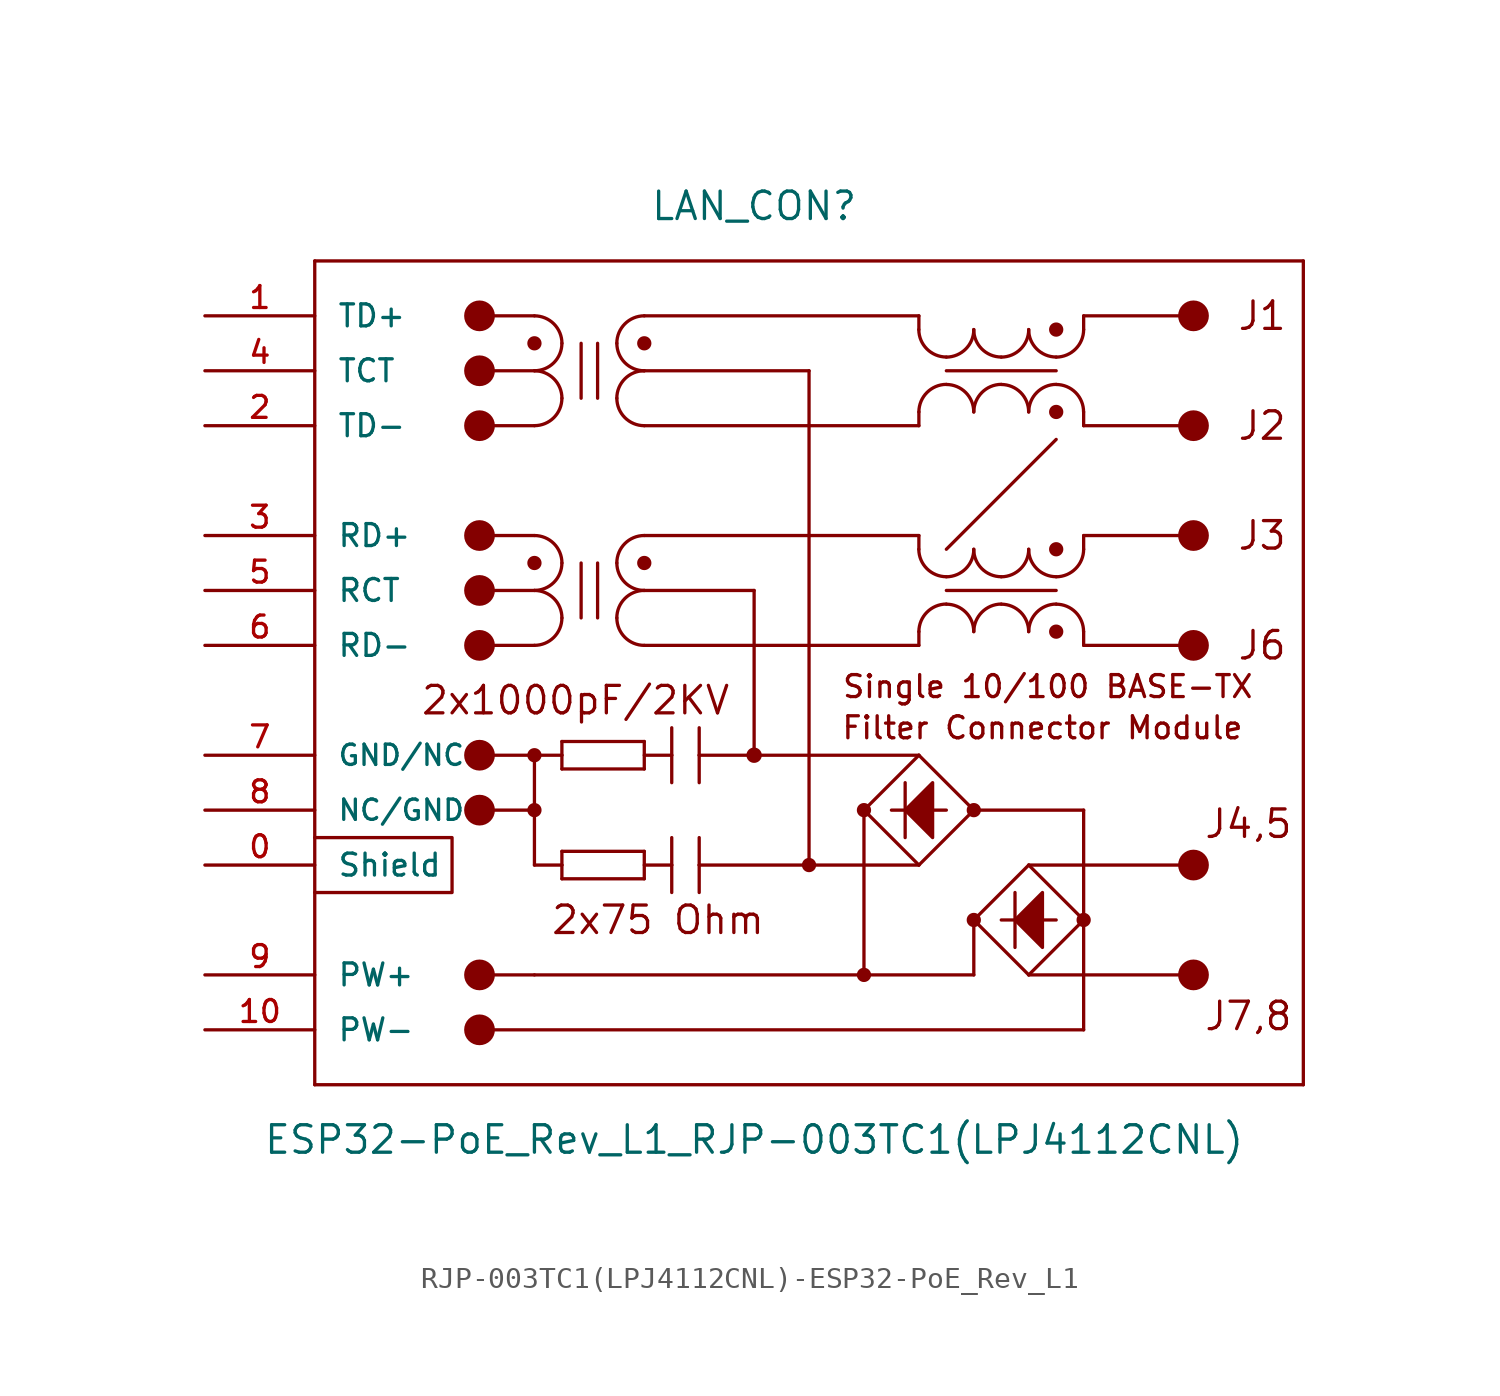
<source format=kicad_sym>
(kicad_symbol_lib
  (version 20220914)
  (generator kicad_symbol_editor)
  (symbol "RJP-003TC1(LPJ4112CNL)-ESP32-PoE_Rev_L1"
    (pin_names
      (offset 1.016))
    (property "Reference" "LAN_CON"
      (at 0 22.86 0)
      (effects (font (size 1.27 1.27))))
    (property "Value" "ESP32-PoE_Rev_L1_RJP-003TC1(LPJ4112CNL)"
      (at 0 -20.32 0)
      (effects (font (size 1.27 1.27))))
    (symbol "RJP-003TC1(LPJ4112CNL)-ESP32-PoE_Rev_L1_0_0"
      (text "Filter Connector Module" (at 13.335 -1.27 0) (effects (font (size 1.016 1.016))))
      (text "Single 10/100 BASE-TX " (at 13.97 0.635 0) (effects (font (size 1.016 1.016)))))
    (symbol "RJP-003TC1(LPJ4112CNL)-ESP32-PoE_Rev_L1_0_1"
      (polyline (pts (xy -20.32 -6.35) (xy -13.97 -6.35) (xy -13.97 -8.89) (xy -20.32 -8.89)) (stroke (width 0) (type solid)) (fill (type none))))
    (symbol "RJP-003TC1(LPJ4112CNL)-ESP32-PoE_Rev_L1_1_0"
      (polyline (pts (xy -20.32 -17.78) (xy 25.4 -17.78)) (stroke (width 0) (type solid)) (fill (type none)))
      (polyline (pts (xy -20.32 20.32) (xy -20.32 -17.78)) (stroke (width 0) (type solid)) (fill (type none)))
      (polyline (pts (xy -12.7 7.62) (xy -10.16 7.62)) (stroke (width 0) (type solid)) (fill (type none)))
      (polyline (pts (xy -12.7 17.78) (xy -10.16 17.78)) (stroke (width 0) (type solid)) (fill (type none)))
      (polyline (pts (xy -10.16 -12.7) (xy -12.7 -12.7)) (stroke (width 0) (type solid)) (fill (type none)))
      (polyline (pts (xy -10.16 -7.62) (xy -10.16 -2.54)) (stroke (width 0) (type solid)) (fill (type none)))
      (polyline (pts (xy -10.16 -5.08) (xy -12.7 -5.08)) (stroke (width 0) (type solid)) (fill (type none)))
      (polyline (pts (xy -10.16 -2.54) (xy -12.7 -2.54)) (stroke (width 0) (type solid)) (fill (type none)))
      (polyline (pts (xy -10.16 -2.54) (xy -8.89 -2.54)) (stroke (width 0) (type solid)) (fill (type none)))
      (polyline (pts (xy -10.16 2.54) (xy -12.7 2.54)) (stroke (width 0) (type solid)) (fill (type none)))
      (polyline (pts (xy -10.16 5.08) (xy -12.7 5.08)) (stroke (width 0) (type solid)) (fill (type none)))
      (polyline (pts (xy -10.16 12.7) (xy -12.7 12.7)) (stroke (width 0) (type solid)) (fill (type none)))
      (polyline (pts (xy -10.16 15.24) (xy -12.7 15.24)) (stroke (width 0) (type solid)) (fill (type none)))
      (polyline (pts (xy -8.89 -8.255) (xy -8.89 -7.62)) (stroke (width 0) (type solid)) (fill (type none)))
      (polyline (pts (xy -8.89 -7.62) (xy -10.16 -7.62)) (stroke (width 0) (type solid)) (fill (type none)))
      (polyline (pts (xy -8.89 -7.62) (xy -8.89 -6.985)) (stroke (width 0) (type solid)) (fill (type none)))
      (polyline (pts (xy -8.89 -6.985) (xy -5.08 -6.985)) (stroke (width 0) (type solid)) (fill (type none)))
      (polyline (pts (xy -8.89 -3.175) (xy -8.89 -2.54)) (stroke (width 0) (type solid)) (fill (type none)))
      (polyline (pts (xy -8.89 -2.54) (xy -8.89 -1.905)) (stroke (width 0) (type solid)) (fill (type none)))
      (polyline (pts (xy -8.89 -1.905) (xy -5.08 -1.905)) (stroke (width 0) (type solid)) (fill (type none)))
      (polyline (pts (xy -8.001 6.35) (xy -8.001 3.81)) (stroke (width 0) (type solid)) (fill (type none)))
      (polyline (pts (xy -8.001 16.51) (xy -8.001 13.97)) (stroke (width 0) (type solid)) (fill (type none)))
      (polyline (pts (xy -7.239 6.35) (xy -7.239 3.81)) (stroke (width 0) (type solid)) (fill (type none)))
      (polyline (pts (xy -7.239 16.51) (xy -7.239 13.97)) (stroke (width 0) (type solid)) (fill (type none)))
      (polyline (pts (xy -5.08 -8.255) (xy -8.89 -8.255)) (stroke (width 0) (type solid)) (fill (type none)))
      (polyline (pts (xy -5.08 -6.985) (xy -5.08 -8.255)) (stroke (width 0) (type solid)) (fill (type none)))
      (polyline (pts (xy -5.08 -3.175) (xy -8.89 -3.175)) (stroke (width 0) (type solid)) (fill (type none)))
      (polyline (pts (xy -5.08 -1.905) (xy -5.08 -3.175)) (stroke (width 0) (type solid)) (fill (type none)))
      (polyline (pts (xy -5.08 5.08) (xy 0 5.08)) (stroke (width 0) (type solid)) (fill (type none)))
      (polyline (pts (xy -5.08 15.24) (xy 2.54 15.24)) (stroke (width 0) (type solid)) (fill (type none)))
      (polyline (pts (xy -3.81 -7.62) (xy -5.08 -7.62)) (stroke (width 0) (type solid)) (fill (type none)))
      (polyline (pts (xy -3.81 -7.62) (xy -3.81 -8.89)) (stroke (width 0) (type solid)) (fill (type none)))
      (polyline (pts (xy -3.81 -6.35) (xy -3.81 -7.62)) (stroke (width 0) (type solid)) (fill (type none)))
      (polyline (pts (xy -3.81 -2.54) (xy -5.08 -2.54)) (stroke (width 0) (type solid)) (fill (type none)))
      (polyline (pts (xy -3.81 -2.54) (xy -3.81 -3.81)) (stroke (width 0) (type solid)) (fill (type none)))
      (polyline (pts (xy -3.81 -1.27) (xy -3.81 -2.54)) (stroke (width 0) (type solid)) (fill (type none)))
      (polyline (pts (xy -2.54 -7.62) (xy -2.54 -8.89)) (stroke (width 0) (type solid)) (fill (type none)))
      (polyline (pts (xy -2.54 -7.62) (xy 2.54 -7.62)) (stroke (width 0) (type solid)) (fill (type none)))
      (polyline (pts (xy -2.54 -6.35) (xy -2.54 -7.62)) (stroke (width 0) (type solid)) (fill (type none)))
      (polyline (pts (xy -2.54 -2.54) (xy -2.54 -3.81)) (stroke (width 0) (type solid)) (fill (type none)))
      (polyline (pts (xy -2.54 -2.54) (xy 0 -2.54)) (stroke (width 0) (type solid)) (fill (type none)))
      (polyline (pts (xy -2.54 -1.27) (xy -2.54 -2.54)) (stroke (width 0) (type solid)) (fill (type none)))
      (polyline (pts (xy 0 -2.54) (xy 7.62 -2.54)) (stroke (width 0) (type solid)) (fill (type none)))
      (polyline (pts (xy 0 5.08) (xy 0 -2.54)) (stroke (width 0) (type solid)) (fill (type none)))
      (polyline (pts (xy 2.54 -7.62) (xy 7.62 -7.62)) (stroke (width 0) (type solid)) (fill (type none)))
      (polyline (pts (xy 2.54 15.24) (xy 2.54 -7.62)) (stroke (width 0) (type solid)) (fill (type none)))
      (polyline (pts (xy 5.08 -12.7) (xy -10.16 -12.7)) (stroke (width 0) (type solid)) (fill (type none)))
      (polyline (pts (xy 5.08 -5.08) (xy 5.08 -12.7)) (stroke (width 0) (type solid)) (fill (type none)))
      (polyline (pts (xy 6.985 -3.81) (xy 6.985 -6.35)) (stroke (width 0) (type solid)) (fill (type none)))
      (polyline (pts (xy 7.62 -7.62) (xy 5.08 -5.08)) (stroke (width 0) (type solid)) (fill (type none)))
      (polyline (pts (xy 7.62 -2.54) (xy 5.08 -5.08)) (stroke (width 0) (type solid)) (fill (type none)))
      (polyline (pts (xy 7.62 -2.54) (xy 10.16 -5.08)) (stroke (width 0) (type solid)) (fill (type none)))
      (polyline (pts (xy 7.62 2.54) (xy -5.08 2.54)) (stroke (width 0) (type solid)) (fill (type none)))
      (polyline (pts (xy 7.62 3.175) (xy 7.62 2.54)) (stroke (width 0) (type solid)) (fill (type none)))
      (polyline (pts (xy 7.62 6.985) (xy 7.62 7.62)) (stroke (width 0) (type solid)) (fill (type none)))
      (polyline (pts (xy 7.62 7.62) (xy -5.08 7.62)) (stroke (width 0) (type solid)) (fill (type none)))
      (polyline (pts (xy 7.62 12.7) (xy -5.08 12.7)) (stroke (width 0) (type solid)) (fill (type none)))
      (polyline (pts (xy 7.62 13.335) (xy 7.62 12.7)) (stroke (width 0) (type solid)) (fill (type none)))
      (polyline (pts (xy 7.62 17.145) (xy 7.62 17.78)) (stroke (width 0) (type solid)) (fill (type none)))
      (polyline (pts (xy 7.62 17.78) (xy -5.08 17.78)) (stroke (width 0) (type solid)) (fill (type none)))
      (polyline (pts (xy 8.89 -5.08) (xy 6.35 -5.08)) (stroke (width 0) (type solid)) (fill (type none)))
      (polyline (pts (xy 10.16 -12.7) (xy 5.08 -12.7)) (stroke (width 0) (type solid)) (fill (type none)))
      (polyline (pts (xy 10.16 -10.16) (xy 10.16 -12.7)) (stroke (width 0) (type solid)) (fill (type none)))
      (polyline (pts (xy 10.16 -10.16) (xy 12.7 -12.7)) (stroke (width 0) (type solid)) (fill (type none)))
      (polyline (pts (xy 10.16 -5.08) (xy 7.62 -7.62)) (stroke (width 0) (type solid)) (fill (type none)))
      (polyline (pts (xy 10.16 -5.08) (xy 15.24 -5.08)) (stroke (width 0) (type solid)) (fill (type none)))
      (polyline (pts (xy 12.065 -10.16) (xy 11.43 -10.16)) (stroke (width 0) (type solid)) (fill (type none)))
      (polyline (pts (xy 12.065 -10.16) (xy 12.065 -11.43)) (stroke (width 0) (type solid)) (fill (type none)))
      (polyline (pts (xy 12.065 -8.89) (xy 12.065 -10.16)) (stroke (width 0) (type solid)) (fill (type none)))
      (polyline (pts (xy 12.7 -12.7) (xy 15.24 -10.16)) (stroke (width 0) (type solid)) (fill (type none)))
      (polyline (pts (xy 12.7 -12.7) (xy 20.32 -12.7)) (stroke (width 0) (type solid)) (fill (type none)))
      (polyline (pts (xy 12.7 -7.62) (xy 10.16 -10.16)) (stroke (width 0) (type solid)) (fill (type none)))
      (polyline (pts (xy 12.7 -7.62) (xy 20.32 -7.62)) (stroke (width 0) (type solid)) (fill (type none)))
      (polyline (pts (xy 13.97 -10.16) (xy 12.065 -10.16)) (stroke (width 0) (type solid)) (fill (type none)))
      (polyline (pts (xy 13.97 5.08) (xy 8.89 5.08)) (stroke (width 0) (type solid)) (fill (type none)))
      (polyline (pts (xy 13.97 12.065) (xy 8.89 6.985)) (stroke (width 0) (type solid)) (fill (type none)))
      (polyline (pts (xy 13.97 15.24) (xy 8.89 15.24)) (stroke (width 0) (type solid)) (fill (type none)))
      (polyline (pts (xy 15.24 -15.24) (xy -12.7 -15.24)) (stroke (width 0) (type solid)) (fill (type none)))
      (polyline (pts (xy 15.24 -10.16) (xy 12.7 -7.62)) (stroke (width 0) (type solid)) (fill (type none)))
      (polyline (pts (xy 15.24 -10.16) (xy 15.24 -15.24)) (stroke (width 0) (type solid)) (fill (type none)))
      (polyline (pts (xy 15.24 -5.08) (xy 15.24 -10.16)) (stroke (width 0) (type solid)) (fill (type none)))
      (polyline (pts (xy 15.24 2.54) (xy 15.24 3.175)) (stroke (width 0) (type solid)) (fill (type none)))
      (polyline (pts (xy 15.24 2.54) (xy 20.32 2.54)) (stroke (width 0) (type solid)) (fill (type none)))
      (polyline (pts (xy 15.24 7.62) (xy 15.24 6.985)) (stroke (width 0) (type solid)) (fill (type none)))
      (polyline (pts (xy 15.24 7.62) (xy 20.32 7.62)) (stroke (width 0) (type solid)) (fill (type none)))
      (polyline (pts (xy 15.24 12.7) (xy 15.24 13.335)) (stroke (width 0) (type solid)) (fill (type none)))
      (polyline (pts (xy 15.24 12.7) (xy 20.32 12.7)) (stroke (width 0) (type solid)) (fill (type none)))
      (polyline (pts (xy 15.24 17.78) (xy 15.24 17.145)) (stroke (width 0) (type solid)) (fill (type none)))
      (polyline (pts (xy 15.24 17.78) (xy 20.32 17.78)) (stroke (width 0) (type solid)) (fill (type none)))
      (polyline (pts (xy 25.4 -17.78) (xy 25.4 20.32)) (stroke (width 0) (type solid)) (fill (type none)))
      (polyline (pts (xy 25.4 20.32) (xy -20.32 20.32)) (stroke (width 0) (type solid)) (fill (type none)))
      (text "2x1000pF/2KV" (at -8.255 0 0) (effects (font (size 1.27 1.27))))
      (text "2x75 Ohm" (at -4.445 -10.16 0) (effects (font (size 1.27 1.27))))
      (text "J1" (at 23.495 17.78 0) (effects (font (size 1.27 1.27))))
      (text "J2" (at 23.495 12.7 0) (effects (font (size 1.27 1.27))))
      (text "J3" (at 23.495 7.62 0) (effects (font (size 1.27 1.27))))
      (text "J4,5" (at 22.86 -5.715 0) (effects (font (size 1.27 1.27))))
      (text "J6" (at 23.495 2.54 0) (effects (font (size 1.27 1.27))))
      (text "J7,8" (at 22.86 -14.605 0) (effects (font (size 1.27 1.27)))))
    (symbol "RJP-003TC1(LPJ4112CNL)-ESP32-PoE_Rev_L1_1_1"
      (circle (center -12.7 -15.24) (radius 0.635) (stroke (width 0) (type solid)) (fill (type outline)))
      (circle (center -12.7 -12.7) (radius 0.635) (stroke (width 0) (type solid)) (fill (type outline)))
      (circle (center -12.7 -5.08) (radius 0.635) (stroke (width 0) (type solid)) (fill (type outline)))
      (circle (center -12.7 -2.54) (radius 0.635) (stroke (width 0) (type solid)) (fill (type outline)))
      (circle (center -12.7 2.54) (radius 0.635) (stroke (width 0) (type solid)) (fill (type outline)))
      (circle (center -12.7 5.08) (radius 0.635) (stroke (width 0) (type solid)) (fill (type outline)))
      (circle (center -12.7 7.62) (radius 0.635) (stroke (width 0) (type solid)) (fill (type outline)))
      (circle (center -12.7 12.7) (radius 0.635) (stroke (width 0) (type solid)) (fill (type outline)))
      (circle (center -12.7 15.24) (radius 0.635) (stroke (width 0) (type solid)) (fill (type outline)))
      (circle (center -12.7 17.78) (radius 0.635) (stroke (width 0) (type solid)) (fill (type outline)))
      (circle (center -10.16 -5.08) (radius 0.254) (stroke (width 0) (type solid)) (fill (type outline)))
      (circle (center -10.16 -2.54) (radius 0.254) (stroke (width 0) (type solid)) (fill (type outline)))
      (arc (start -10.16 2.54) (mid -9.262 2.912) (end -8.89 3.81) (stroke (width 0) (type solid)) (fill (type none)))
      (arc (start -10.16 5.08) (mid -9.262 5.452) (end -8.89 6.35) (stroke (width 0) (type solid)) (fill (type none)))
      (circle (center -10.16 6.35) (radius 0.254) (stroke (width 0) (type solid)) (fill (type outline)))
      (arc (start -10.16 12.7) (mid -9.262 13.072) (end -8.89 13.97) (stroke (width 0) (type solid)) (fill (type none)))
      (arc (start -10.16 15.24) (mid -9.262 15.612) (end -8.89 16.51) (stroke (width 0) (type solid)) (fill (type none)))
      (circle (center -10.16 16.51) (radius 0.254) (stroke (width 0) (type solid)) (fill (type outline)))
      (arc (start -8.89 3.81) (mid -9.262 4.708) (end -10.16 5.08) (stroke (width 0) (type solid)) (fill (type none)))
      (arc (start -8.89 6.35) (mid -9.262 7.248) (end -10.16 7.62) (stroke (width 0) (type solid)) (fill (type none)))
      (arc (start -8.89 13.97) (mid -9.262 14.868) (end -10.16 15.24) (stroke (width 0) (type solid)) (fill (type none)))
      (arc (start -8.89 16.51) (mid -9.262 17.408) (end -10.16 17.78) (stroke (width 0) (type solid)) (fill (type none)))
      (arc (start -6.35 3.81) (mid -5.978 2.912) (end -5.08 2.54) (stroke (width 0) (type solid)) (fill (type none)))
      (arc (start -6.35 6.35) (mid -5.978 5.452) (end -5.08 5.08) (stroke (width 0) (type solid)) (fill (type none)))
      (arc (start -6.35 13.97) (mid -5.978 13.072) (end -5.08 12.7) (stroke (width 0) (type solid)) (fill (type none)))
      (arc (start -6.35 16.51) (mid -5.978 15.612) (end -5.08 15.24) (stroke (width 0) (type solid)) (fill (type none)))
      (arc (start -5.08 5.08) (mid -5.978 4.708) (end -6.35 3.81) (stroke (width 0) (type solid)) (fill (type none)))
      (circle (center -5.08 6.35) (radius 0.254) (stroke (width 0) (type solid)) (fill (type outline)))
      (arc (start -5.08 7.62) (mid -5.978 7.248) (end -6.35 6.35) (stroke (width 0) (type solid)) (fill (type none)))
      (arc (start -5.08 15.24) (mid -5.978 14.868) (end -6.35 13.97) (stroke (width 0) (type solid)) (fill (type none)))
      (circle (center -5.08 16.51) (radius 0.254) (stroke (width 0) (type solid)) (fill (type outline)))
      (arc (start -5.08 17.78) (mid -5.978 17.408) (end -6.35 16.51) (stroke (width 0) (type solid)) (fill (type none)))
      (circle (center 0 -2.54) (radius 0.279) (stroke (width 0) (type solid)) (fill (type outline)))
      (polyline (pts (xy 6.985 -5.08) (xy 8.255 -3.81) (xy 8.255 -3.81) (xy 8.255 -6.35) (xy 8.255 -6.35) (xy 6.985 -5.08)) (stroke (width 0) (type solid)) (fill (type outline)))
      (polyline (pts (xy 12.065 -10.16) (xy 13.335 -8.89) (xy 13.335 -8.89) (xy 13.335 -11.43) (xy 13.335 -11.43) (xy 12.065 -10.16)) (stroke (width 0) (type solid)) (fill (type outline)))
      (circle (center 2.54 -7.62) (radius 0.254) (stroke (width 0) (type solid)) (fill (type outline)))
      (circle (center 5.08 -12.7) (radius 0.254) (stroke (width 0) (type solid)) (fill (type outline)))
      (circle (center 5.08 -5.08) (radius 0.254) (stroke (width 0) (type solid)) (fill (type outline)))
      (arc (start 7.62 6.985) (mid 7.992 6.087) (end 8.89 5.715) (stroke (width 0) (type solid)) (fill (type none)))
      (arc (start 7.62 17.145) (mid 7.992 16.247) (end 8.89 15.875) (stroke (width 0) (type solid)) (fill (type none)))
      (arc (start 8.89 4.445) (mid 7.992 4.073) (end 7.62 3.175) (stroke (width 0) (type solid)) (fill (type none)))
      (arc (start 8.89 5.715) (mid 9.788 6.087) (end 10.16 6.985) (stroke (width 0) (type solid)) (fill (type none)))
      (arc (start 8.89 14.605) (mid 7.992 14.233) (end 7.62 13.335) (stroke (width 0) (type solid)) (fill (type none)))
      (arc (start 8.89 15.875) (mid 9.788 16.247) (end 10.16 17.145) (stroke (width 0) (type solid)) (fill (type none)))
      (circle (center 10.16 -10.16) (radius 0.254) (stroke (width 0) (type solid)) (fill (type outline)))
      (circle (center 10.16 -5.08) (radius 0.254) (stroke (width 0) (type solid)) (fill (type outline)))
      (arc (start 10.16 3.175) (mid 9.788 4.073) (end 8.89 4.445) (stroke (width 0) (type solid)) (fill (type none)))
      (arc (start 10.16 6.985) (mid 10.532 6.087) (end 11.43 5.715) (stroke (width 0) (type solid)) (fill (type none)))
      (arc (start 10.16 13.335) (mid 9.788 14.233) (end 8.89 14.605) (stroke (width 0) (type solid)) (fill (type none)))
      (arc (start 10.16 17.145) (mid 10.532 16.247) (end 11.43 15.875) (stroke (width 0) (type solid)) (fill (type none)))
      (arc (start 11.43 4.445) (mid 10.532 4.073) (end 10.16 3.175) (stroke (width 0) (type solid)) (fill (type none)))
      (arc (start 11.43 5.715) (mid 12.328 6.087) (end 12.7 6.985) (stroke (width 0) (type solid)) (fill (type none)))
      (arc (start 11.43 14.605) (mid 10.532 14.233) (end 10.16 13.335) (stroke (width 0) (type solid)) (fill (type none)))
      (arc (start 11.43 15.875) (mid 12.328 16.247) (end 12.7 17.145) (stroke (width 0) (type solid)) (fill (type none)))
      (arc (start 12.7 3.175) (mid 12.328 4.073) (end 11.43 4.445) (stroke (width 0) (type solid)) (fill (type none)))
      (arc (start 12.7 6.985) (mid 13.072 6.087) (end 13.97 5.715) (stroke (width 0) (type solid)) (fill (type none)))
      (arc (start 12.7 13.335) (mid 12.328 14.233) (end 11.43 14.605) (stroke (width 0) (type solid)) (fill (type none)))
      (arc (start 12.7 17.145) (mid 13.072 16.247) (end 13.97 15.875) (stroke (width 0) (type solid)) (fill (type none)))
      (circle (center 13.97 3.175) (radius 0.254) (stroke (width 0) (type solid)) (fill (type outline)))
      (arc (start 13.97 4.445) (mid 13.072 4.073) (end 12.7 3.175) (stroke (width 0) (type solid)) (fill (type none)))
      (arc (start 13.97 5.715) (mid 14.868 6.087) (end 15.24 6.985) (stroke (width 0) (type solid)) (fill (type none)))
      (circle (center 13.97 6.985) (radius 0.254) (stroke (width 0) (type solid)) (fill (type outline)))
      (circle (center 13.97 13.335) (radius 0.254) (stroke (width 0) (type solid)) (fill (type outline)))
      (arc (start 13.97 14.605) (mid 13.072 14.233) (end 12.7 13.335) (stroke (width 0) (type solid)) (fill (type none)))
      (arc (start 13.97 15.875) (mid 14.868 16.247) (end 15.24 17.145) (stroke (width 0) (type solid)) (fill (type none)))
      (circle (center 13.97 17.145) (radius 0.254) (stroke (width 0) (type solid)) (fill (type outline)))
      (circle (center 15.24 -10.16) (radius 0.254) (stroke (width 0) (type solid)) (fill (type outline)))
      (arc (start 15.24 3.175) (mid 14.868 4.073) (end 13.97 4.445) (stroke (width 0) (type solid)) (fill (type none)))
      (arc (start 15.24 13.335) (mid 14.868 14.233) (end 13.97 14.605) (stroke (width 0) (type solid)) (fill (type none)))
      (circle (center 20.32 -12.7) (radius 0.635) (stroke (width 0) (type solid)) (fill (type outline)))
      (circle (center 20.32 -7.62) (radius 0.635) (stroke (width 0) (type solid)) (fill (type outline)))
      (circle (center 20.32 2.54) (radius 0.635) (stroke (width 0) (type solid)) (fill (type outline)))
      (circle (center 20.32 7.62) (radius 0.635) (stroke (width 0) (type solid)) (fill (type outline)))
      (circle (center 20.32 12.7) (radius 0.635) (stroke (width 0) (type solid)) (fill (type outline)))
      (circle (center 20.32 17.78) (radius 0.635) (stroke (width 0) (type solid)) (fill (type outline)))
      (pin passive line (at -25.4 -7.62 0) (length 5.08) (name "Shield" (effects (font (size 1.016 1.016)))) (number "0" (effects (font (size 1.016 1.016)))))
      (pin bidirectional line (at -25.4 17.78 0) (length 5.08) (name "TD+" (effects (font (size 1.016 1.016)))) (number "1" (effects (font (size 1.016 1.016)))))
      (pin power_out line (at -25.4 -15.24 0) (length 5.08) (name "PW-" (effects (font (size 1.016 1.016)))) (number "10" (effects (font (size 1.016 1.016)))))
      (pin bidirectional line (at -25.4 12.7 0) (length 5.08) (name "TD-" (effects (font (size 1.016 1.016)))) (number "2" (effects (font (size 1.016 1.016)))))
      (pin bidirectional line (at -25.4 7.62 0) (length 5.08) (name "RD+" (effects (font (size 1.016 1.016)))) (number "3" (effects (font (size 1.016 1.016)))))
      (pin input line (at -25.4 15.24 0) (length 5.08) (name "TCT" (effects (font (size 1.016 1.016)))) (number "4" (effects (font (size 1.016 1.016)))))
      (pin input line (at -25.4 5.08 0) (length 5.08) (name "RCT" (effects (font (size 1.016 1.016)))) (number "5" (effects (font (size 1.016 1.016)))))
      (pin bidirectional line (at -25.4 2.54 0) (length 5.08) (name "RD-" (effects (font (size 1.016 1.016)))) (number "6" (effects (font (size 1.016 1.016)))))
      (pin power_in line (at -25.4 -2.54 0) (length 5.08) (name "GND/NC" (effects (font (size 0.94 0.94)))) (number "7" (effects (font (size 1.016 1.016)))))
      (pin power_in line (at -25.4 -5.08 0) (length 5.08) (name "NC/GND" (effects (font (size 0.94 0.94)))) (number "8" (effects (font (size 1.016 1.016)))))
      (pin power_out line (at -25.4 -12.7 0) (length 5.08) (name "PW+" (effects (font (size 1.016 1.016)))) (number "9" (effects (font (size 1.016 1.016))))))))
</source>
